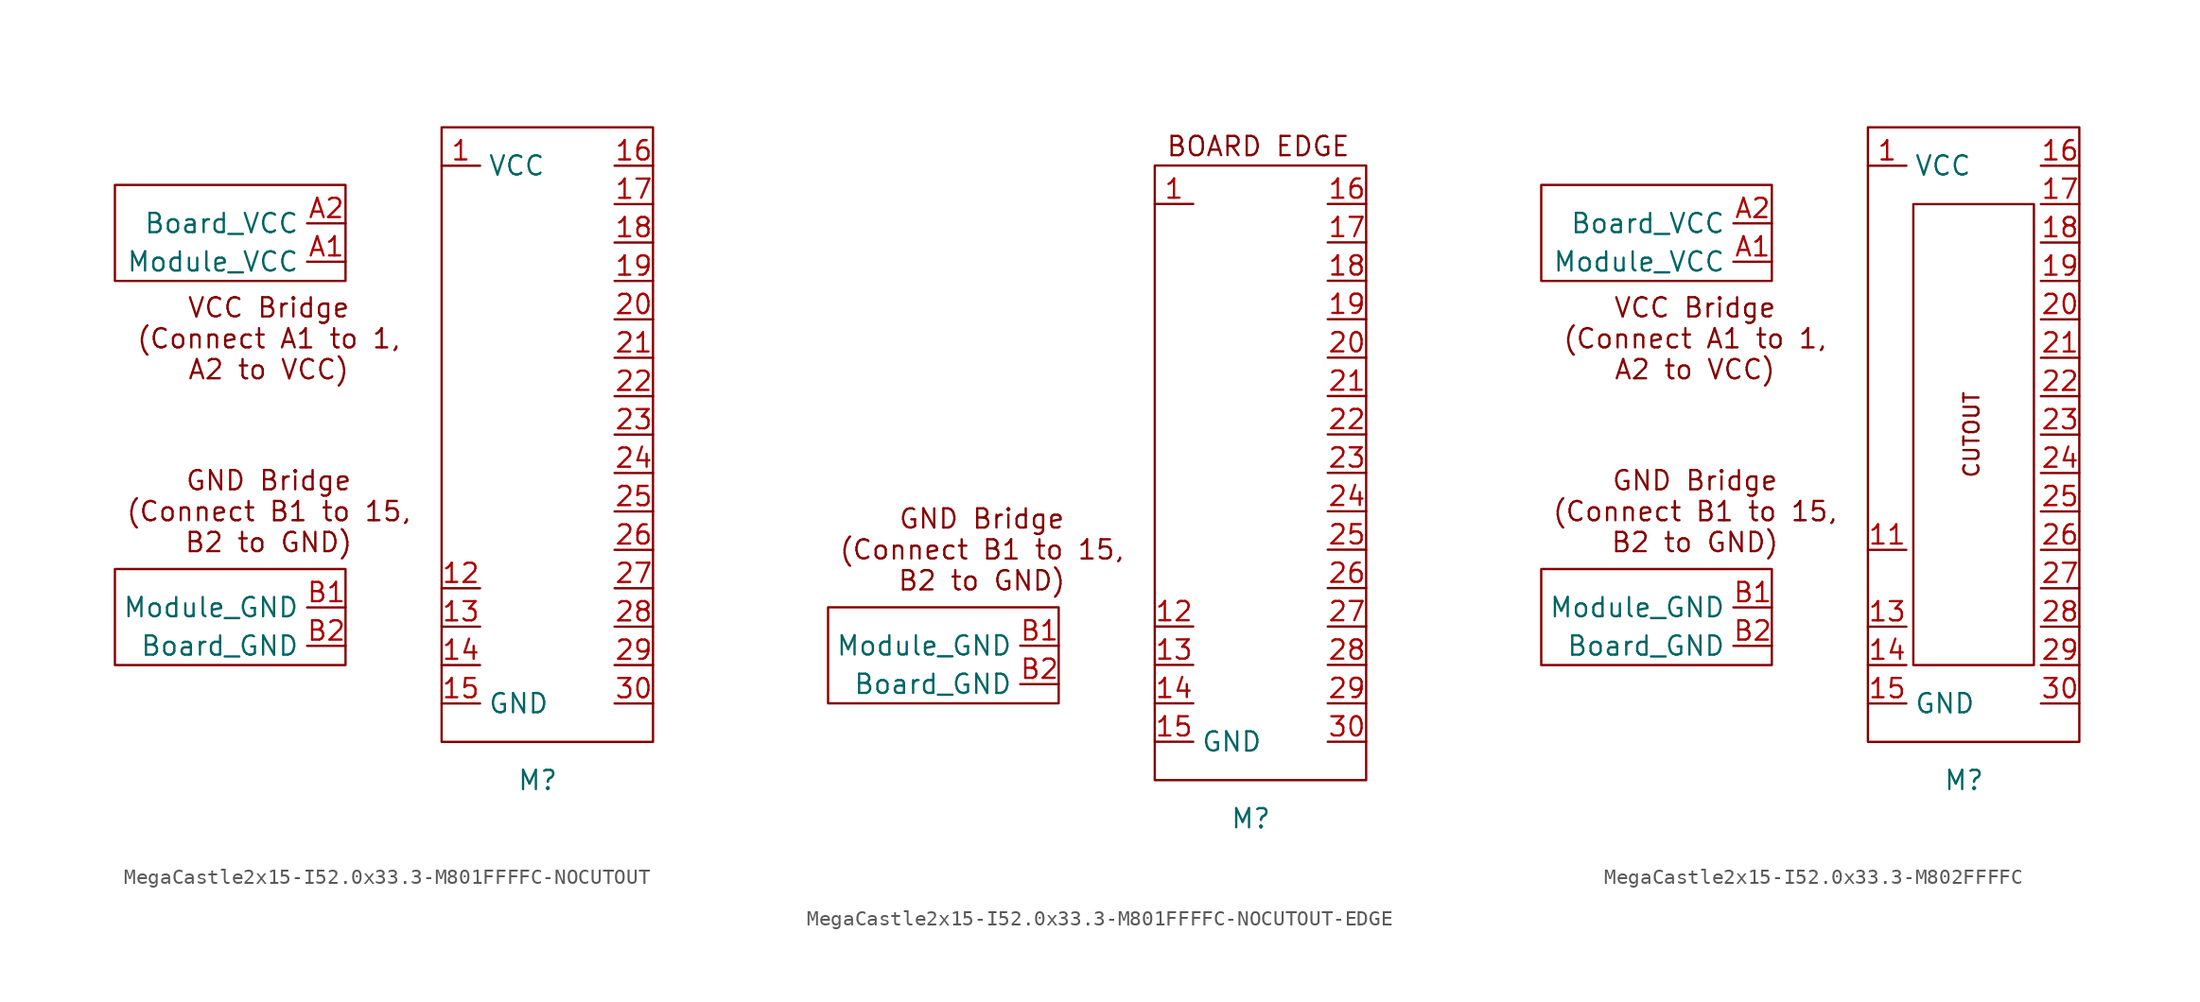
<source format=kicad_sym>
(kicad_symbol_lib
  (version 20231120)
  (generator "kicad_symbol_editor")
  (generator_version "8.0")
  (symbol "MegaCastle2x15-I52.0x33.3-M801FFFFC-NOCUTOUT"
    (property "Reference" "M"
      (at 0 -22.86 0)
      (effects (font (size 1.27 1.27))))
    (property "Value" ""
      (at 0 5.08 0)
      (effects (font (size 1.27 1.27))))
    (symbol "MegaCastle2x15-I52.0x33.3-M801FFFFC-NOCUTOUT_0_1"
      (rectangle (start -27.94 16.51) (end -12.7 10.16) (stroke (width 0) (type default)) (fill (type none)))
      (rectangle (start -27.94 -8.89) (end -12.7 -15.24) (stroke (width 0) (type default)) (fill (type none)))
      (rectangle (start -6.35 20.32) (end 7.62 -20.32) (stroke (width 0) (type default)) (fill (type none))))
    (symbol "MegaCastle2x15-I52.0x33.3-M801FFFFC-NOCUTOUT_1_1"
      (text "GND Bridge\n(Connect B1 to 15,\nB2 to GND)" (at -17.78 -5.08 0) (effects (font (size 1.27 1.27))))
      (text "VCC Bridge\n(Connect A1 to 1,\nA2 to VCC)" (at -17.78 6.35 0) (effects (font (size 1.27 1.27))))
      (pin bidirectional line (at -6.35 17.78 0) (length 2.54) (name "VCC" (effects (font (size 1.27 1.27)))) (number "1" (effects (font (size 1.27 1.27)))))
      (pin bidirectional line (at -6.35 -10.16 0) (length 2.54) (name "" (effects (font (size 1.27 1.27)))) (number "12" (effects (font (size 1.27 1.27)))))
      (pin bidirectional line (at -6.35 -12.7 0) (length 2.54) (name "" (effects (font (size 1.27 1.27)))) (number "13" (effects (font (size 1.27 1.27)))))
      (pin bidirectional line (at -6.35 -15.24 0) (length 2.54) (name "" (effects (font (size 1.27 1.27)))) (number "14" (effects (font (size 1.27 1.27)))))
      (pin bidirectional line (at -6.35 -17.78 0) (length 2.54) (name "GND" (effects (font (size 1.27 1.27)))) (number "15" (effects (font (size 1.27 1.27)))))
      (pin bidirectional line (at 7.62 17.78 180) (length 2.54) (name "" (effects (font (size 1.27 1.27)))) (number "16" (effects (font (size 1.27 1.27)))))
      (pin bidirectional line (at 7.62 15.24 180) (length 2.54) (name "" (effects (font (size 1.27 1.27)))) (number "17" (effects (font (size 1.27 1.27)))))
      (pin bidirectional line (at 7.62 12.7 180) (length 2.54) (name "" (effects (font (size 1.27 1.27)))) (number "18" (effects (font (size 1.27 1.27)))))
      (pin bidirectional line (at 7.62 10.16 180) (length 2.54) (name "" (effects (font (size 1.27 1.27)))) (number "19" (effects (font (size 1.27 1.27)))))
      (pin bidirectional line (at 7.62 7.62 180) (length 2.54) (name "" (effects (font (size 1.27 1.27)))) (number "20" (effects (font (size 1.27 1.27)))))
      (pin bidirectional line (at 7.62 5.08 180) (length 2.54) (name "" (effects (font (size 1.27 1.27)))) (number "21" (effects (font (size 1.27 1.27)))))
      (pin bidirectional line (at 7.62 2.54 180) (length 2.54) (name "" (effects (font (size 1.27 1.27)))) (number "22" (effects (font (size 1.27 1.27)))))
      (pin bidirectional line (at 7.62 0 180) (length 2.54) (name "" (effects (font (size 1.27 1.27)))) (number "23" (effects (font (size 1.27 1.27)))))
      (pin bidirectional line (at 7.62 -2.54 180) (length 2.54) (name "" (effects (font (size 1.27 1.27)))) (number "24" (effects (font (size 1.27 1.27)))))
      (pin bidirectional line (at 7.62 -5.08 180) (length 2.54) (name "" (effects (font (size 1.27 1.27)))) (number "25" (effects (font (size 1.27 1.27)))))
      (pin bidirectional line (at 7.62 -7.62 180) (length 2.54) (name "" (effects (font (size 1.27 1.27)))) (number "26" (effects (font (size 1.27 1.27)))))
      (pin bidirectional line (at 7.62 -10.16 180) (length 2.54) (name "" (effects (font (size 1.27 1.27)))) (number "27" (effects (font (size 1.27 1.27)))))
      (pin bidirectional line (at 7.62 -12.7 180) (length 2.54) (name "" (effects (font (size 1.27 1.27)))) (number "28" (effects (font (size 1.27 1.27)))))
      (pin bidirectional line (at 7.62 -15.24 180) (length 2.54) (name "" (effects (font (size 1.27 1.27)))) (number "29" (effects (font (size 1.27 1.27)))))
      (pin bidirectional line (at 7.62 -17.78 180) (length 2.54) (name "" (effects (font (size 1.27 1.27)))) (number "30" (effects (font (size 1.27 1.27)))))
      (pin bidirectional line (at -12.7 11.43 180) (length 2.54) (name "Module_VCC" (effects (font (size 1.27 1.27)))) (number "A1" (effects (font (size 1.27 1.27)))))
      (pin bidirectional line (at -12.7 13.97 180) (length 2.54) (name "Board_VCC" (effects (font (size 1.27 1.27)))) (number "A2" (effects (font (size 1.27 1.27)))))
      (pin bidirectional line (at -12.7 -11.43 180) (length 2.54) (name "Module_GND" (effects (font (size 1.27 1.27)))) (number "B1" (effects (font (size 1.27 1.27)))))
      (pin bidirectional line (at -12.7 -13.97 180) (length 2.54) (name "Board_GND" (effects (font (size 1.27 1.27)))) (number "B2" (effects (font (size 1.27 1.27)))))))
  (symbol "MegaCastle2x15-I52.0x33.3-M801FFFFC-NOCUTOUT-EDGE"
    (property "Reference" "M"
      (at 0 -22.86 0)
      (effects (font (size 1.27 1.27))))
    (property "Value" ""
      (at 0 5.08 0)
      (effects (font (size 1.27 1.27))))
    (symbol "MegaCastle2x15-I52.0x33.3-M801FFFFC-NOCUTOUT-EDGE_0_1"
      (rectangle (start -27.94 -8.89) (end -12.7 -15.24) (stroke (width 0) (type default)) (fill (type none)))
      (rectangle (start -6.35 20.32) (end 7.62 -20.32) (stroke (width 0) (type default)) (fill (type none))))
    (symbol "MegaCastle2x15-I52.0x33.3-M801FFFFC-NOCUTOUT-EDGE_1_1"
      (text "GND Bridge\n(Connect B1 to 15,\nB2 to GND)" (at -17.78 -5.08 0) (effects (font (size 1.27 1.27))))
      (text " BOARD EDGE" (at 0 21.59 0) (effects (font (size 1.27 1.27))))
      (pin bidirectional line (at -6.35 17.78 0) (length 2.54) (name "" (effects (font (size 1.27 1.27)))) (number "1" (effects (font (size 1.27 1.27)))))
      (pin bidirectional line (at -6.35 -10.16 0) (length 2.54) (name "" (effects (font (size 1.27 1.27)))) (number "12" (effects (font (size 1.27 1.27)))))
      (pin bidirectional line (at -6.35 -12.7 0) (length 2.54) (name "" (effects (font (size 1.27 1.27)))) (number "13" (effects (font (size 1.27 1.27)))))
      (pin bidirectional line (at -6.35 -15.24 0) (length 2.54) (name "" (effects (font (size 1.27 1.27)))) (number "14" (effects (font (size 1.27 1.27)))))
      (pin bidirectional line (at -6.35 -17.78 0) (length 2.54) (name "GND" (effects (font (size 1.27 1.27)))) (number "15" (effects (font (size 1.27 1.27)))))
      (pin bidirectional line (at 7.62 17.78 180) (length 2.54) (name "" (effects (font (size 1.27 1.27)))) (number "16" (effects (font (size 1.27 1.27)))))
      (pin bidirectional line (at 7.62 15.24 180) (length 2.54) (name "" (effects (font (size 1.27 1.27)))) (number "17" (effects (font (size 1.27 1.27)))))
      (pin bidirectional line (at 7.62 12.7 180) (length 2.54) (name "" (effects (font (size 1.27 1.27)))) (number "18" (effects (font (size 1.27 1.27)))))
      (pin bidirectional line (at 7.62 10.16 180) (length 2.54) (name "" (effects (font (size 1.27 1.27)))) (number "19" (effects (font (size 1.27 1.27)))))
      (pin bidirectional line (at 7.62 7.62 180) (length 2.54) (name "" (effects (font (size 1.27 1.27)))) (number "20" (effects (font (size 1.27 1.27)))))
      (pin bidirectional line (at 7.62 5.08 180) (length 2.54) (name "" (effects (font (size 1.27 1.27)))) (number "21" (effects (font (size 1.27 1.27)))))
      (pin bidirectional line (at 7.62 2.54 180) (length 2.54) (name "" (effects (font (size 1.27 1.27)))) (number "22" (effects (font (size 1.27 1.27)))))
      (pin bidirectional line (at 7.62 0 180) (length 2.54) (name "" (effects (font (size 1.27 1.27)))) (number "23" (effects (font (size 1.27 1.27)))))
      (pin bidirectional line (at 7.62 -2.54 180) (length 2.54) (name "" (effects (font (size 1.27 1.27)))) (number "24" (effects (font (size 1.27 1.27)))))
      (pin bidirectional line (at 7.62 -5.08 180) (length 2.54) (name "" (effects (font (size 1.27 1.27)))) (number "25" (effects (font (size 1.27 1.27)))))
      (pin bidirectional line (at 7.62 -7.62 180) (length 2.54) (name "" (effects (font (size 1.27 1.27)))) (number "26" (effects (font (size 1.27 1.27)))))
      (pin bidirectional line (at 7.62 -10.16 180) (length 2.54) (name "" (effects (font (size 1.27 1.27)))) (number "27" (effects (font (size 1.27 1.27)))))
      (pin bidirectional line (at 7.62 -12.7 180) (length 2.54) (name "" (effects (font (size 1.27 1.27)))) (number "28" (effects (font (size 1.27 1.27)))))
      (pin bidirectional line (at 7.62 -15.24 180) (length 2.54) (name "" (effects (font (size 1.27 1.27)))) (number "29" (effects (font (size 1.27 1.27)))))
      (pin bidirectional line (at 7.62 -17.78 180) (length 2.54) (name "" (effects (font (size 1.27 1.27)))) (number "30" (effects (font (size 1.27 1.27)))))
      (pin bidirectional line (at -12.7 -11.43 180) (length 2.54) (name "Module_GND" (effects (font (size 1.27 1.27)))) (number "B1" (effects (font (size 1.27 1.27)))))
      (pin bidirectional line (at -12.7 -13.97 180) (length 2.54) (name "Board_GND" (effects (font (size 1.27 1.27)))) (number "B2" (effects (font (size 1.27 1.27)))))))
  (symbol "MegaCastle2x15-I52.0x33.3-M802FFFFC"
    (property "Reference" "M"
      (at 0 -22.86 0)
      (effects (font (size 1.27 1.27))))
    (property "Value" ""
      (at 0 5.08 0)
      (effects (font (size 1.27 1.27))))
    (symbol "MegaCastle2x15-I52.0x33.3-M802FFFFC_0_1"
      (rectangle (start -27.94 16.51) (end -12.7 10.16) (stroke (width 0) (type default)) (fill (type none)))
      (rectangle (start -27.94 -8.89) (end -12.7 -15.24) (stroke (width 0) (type default)) (fill (type none)))
      (rectangle (start -6.35 20.32) (end 7.62 -20.32) (stroke (width 0) (type default)) (fill (type none)))
      (rectangle (start -3.35 15.24) (end 4.62 -15.24) (stroke (width 0) (type default)) (fill (type none))))
    (symbol "MegaCastle2x15-I52.0x33.3-M802FFFFC_1_1"
      (text "GND Bridge\n(Connect B1 to 15,\nB2 to GND)" (at -17.78 -5.08 0) (effects (font (size 1.27 1.27))))
      (text "VCC Bridge\n(Connect A1 to 1,\nA2 to VCC)" (at -17.78 6.35 0) (effects (font (size 1.27 1.27))))
      (text "CUTOUT" (at 0.5 0 900) (effects (font (size 1 1))))
      (pin bidirectional line (at -6.35 17.78 0) (length 2.54) (name "VCC" (effects (font (size 1.27 1.27)))) (number "1" (effects (font (size 1.27 1.27)))))
      (pin bidirectional line (at -6.35 -7.62 0) (length 2.54) (name "" (effects (font (size 1.27 1.27)))) (number "11" (effects (font (size 1.27 1.27)))))
      (pin bidirectional line (at -6.35 -12.7 0) (length 2.54) (name "" (effects (font (size 1.27 1.27)))) (number "13" (effects (font (size 1.27 1.27)))))
      (pin bidirectional line (at -6.35 -15.24 0) (length 2.54) (name "" (effects (font (size 1.27 1.27)))) (number "14" (effects (font (size 1.27 1.27)))))
      (pin bidirectional line (at -6.35 -17.78 0) (length 2.54) (name "GND" (effects (font (size 1.27 1.27)))) (number "15" (effects (font (size 1.27 1.27)))))
      (pin bidirectional line (at 7.62 17.78 180) (length 2.54) (name "" (effects (font (size 1.27 1.27)))) (number "16" (effects (font (size 1.27 1.27)))))
      (pin bidirectional line (at 7.62 15.24 180) (length 2.54) (name "" (effects (font (size 1.27 1.27)))) (number "17" (effects (font (size 1.27 1.27)))))
      (pin bidirectional line (at 7.62 12.7 180) (length 2.54) (name "" (effects (font (size 1.27 1.27)))) (number "18" (effects (font (size 1.27 1.27)))))
      (pin bidirectional line (at 7.62 10.16 180) (length 2.54) (name "" (effects (font (size 1.27 1.27)))) (number "19" (effects (font (size 1.27 1.27)))))
      (pin bidirectional line (at 7.62 7.62 180) (length 2.54) (name "" (effects (font (size 1.27 1.27)))) (number "20" (effects (font (size 1.27 1.27)))))
      (pin bidirectional line (at 7.62 5.08 180) (length 2.54) (name "" (effects (font (size 1.27 1.27)))) (number "21" (effects (font (size 1.27 1.27)))))
      (pin bidirectional line (at 7.62 2.54 180) (length 2.54) (name "" (effects (font (size 1.27 1.27)))) (number "22" (effects (font (size 1.27 1.27)))))
      (pin bidirectional line (at 7.62 0 180) (length 2.54) (name "" (effects (font (size 1.27 1.27)))) (number "23" (effects (font (size 1.27 1.27)))))
      (pin bidirectional line (at 7.62 -2.54 180) (length 2.54) (name "" (effects (font (size 1.27 1.27)))) (number "24" (effects (font (size 1.27 1.27)))))
      (pin bidirectional line (at 7.62 -5.08 180) (length 2.54) (name "" (effects (font (size 1.27 1.27)))) (number "25" (effects (font (size 1.27 1.27)))))
      (pin bidirectional line (at 7.62 -7.62 180) (length 2.54) (name "" (effects (font (size 1.27 1.27)))) (number "26" (effects (font (size 1.27 1.27)))))
      (pin bidirectional line (at 7.62 -10.16 180) (length 2.54) (name "" (effects (font (size 1.27 1.27)))) (number "27" (effects (font (size 1.27 1.27)))))
      (pin bidirectional line (at 7.62 -12.7 180) (length 2.54) (name "" (effects (font (size 1.27 1.27)))) (number "28" (effects (font (size 1.27 1.27)))))
      (pin bidirectional line (at 7.62 -15.24 180) (length 2.54) (name "" (effects (font (size 1.27 1.27)))) (number "29" (effects (font (size 1.27 1.27)))))
      (pin bidirectional line (at 7.62 -17.78 180) (length 2.54) (name "" (effects (font (size 1.27 1.27)))) (number "30" (effects (font (size 1.27 1.27)))))
      (pin bidirectional line (at -12.7 11.43 180) (length 2.54) (name "Module_VCC" (effects (font (size 1.27 1.27)))) (number "A1" (effects (font (size 1.27 1.27)))))
      (pin bidirectional line (at -12.7 13.97 180) (length 2.54) (name "Board_VCC" (effects (font (size 1.27 1.27)))) (number "A2" (effects (font (size 1.27 1.27)))))
      (pin bidirectional line (at -12.7 -11.43 180) (length 2.54) (name "Module_GND" (effects (font (size 1.27 1.27)))) (number "B1" (effects (font (size 1.27 1.27)))))
      (pin bidirectional line (at -12.7 -13.97 180) (length 2.54) (name "Board_GND" (effects (font (size 1.27 1.27)))) (number "B2" (effects (font (size 1.27 1.27))))))))
</source>
